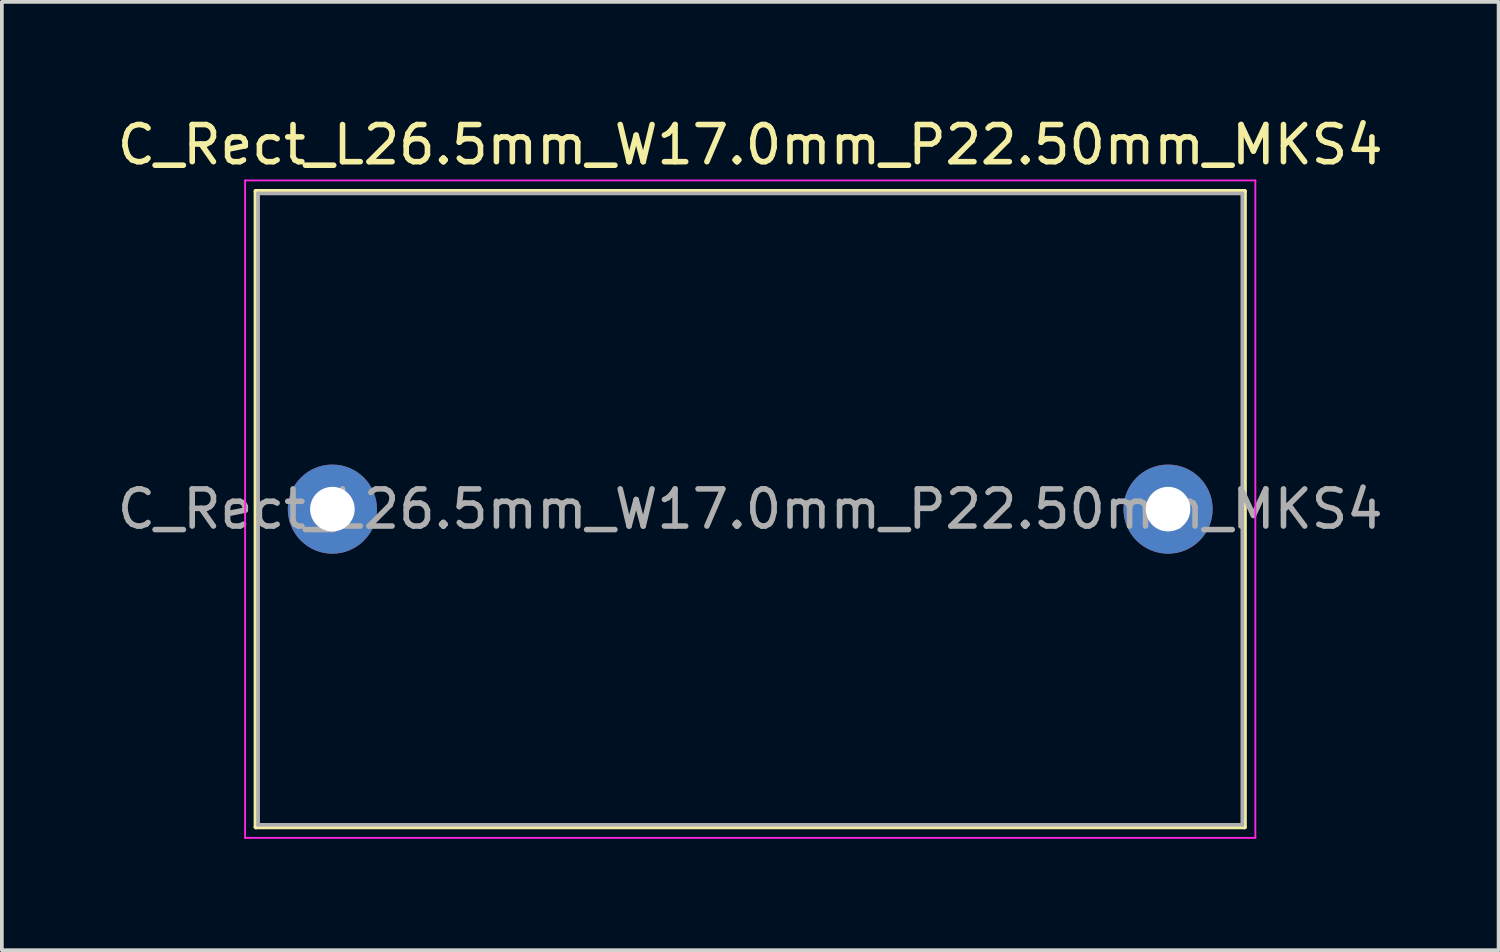
<source format=kicad_pcb>
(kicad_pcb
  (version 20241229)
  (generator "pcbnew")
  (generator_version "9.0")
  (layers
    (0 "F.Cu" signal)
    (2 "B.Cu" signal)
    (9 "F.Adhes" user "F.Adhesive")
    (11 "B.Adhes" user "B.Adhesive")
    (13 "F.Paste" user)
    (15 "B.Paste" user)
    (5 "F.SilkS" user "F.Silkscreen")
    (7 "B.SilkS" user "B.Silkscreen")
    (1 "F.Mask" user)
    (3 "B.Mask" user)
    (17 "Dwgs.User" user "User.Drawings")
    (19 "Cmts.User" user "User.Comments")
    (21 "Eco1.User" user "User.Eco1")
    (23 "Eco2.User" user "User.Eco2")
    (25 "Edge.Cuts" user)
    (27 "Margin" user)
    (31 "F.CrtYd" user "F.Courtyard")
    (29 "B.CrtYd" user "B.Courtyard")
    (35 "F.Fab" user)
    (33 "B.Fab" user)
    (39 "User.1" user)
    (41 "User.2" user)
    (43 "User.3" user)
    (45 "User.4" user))
  (footprint "C_Rect_L26.5mm_W17.0mm_P22.50mm_MKS4"
    (layer "F.Cu")
    (at 5.899 10.658)
    (property "Reference" "C_Rect_L26.5mm_W17.0mm_P22.50mm_MKS4" (at 11.25 -9.81 0) (layer "F.SilkS") (effects (font (size 1 1) (thickness 0.15))))
    (attr through_hole)
    (fp_line (start -2.06 -8.56) (end -2.06 8.56) (stroke (width 0.12) (type solid)) (layer "F.SilkS"))
    (fp_line (start -2.06 -8.56) (end 24.56 -8.56) (stroke (width 0.12) (type solid)) (layer "F.SilkS"))
    (fp_line (start -2.06 8.56) (end 24.56 8.56) (stroke (width 0.12) (type solid)) (layer "F.SilkS"))
    (fp_line (start 24.56 -8.56) (end 24.56 8.56) (stroke (width 0.12) (type solid)) (layer "F.SilkS"))
    (fp_line (start -2.35 -8.85) (end -2.35 8.85) (stroke (width 0.05) (type solid)) (layer "F.CrtYd"))
    (fp_line (start -2.35 8.85) (end 24.85 8.85) (stroke (width 0.05) (type solid)) (layer "F.CrtYd"))
    (fp_line (start 24.85 -8.85) (end -2.35 -8.85) (stroke (width 0.05) (type solid)) (layer "F.CrtYd"))
    (fp_line (start 24.85 8.85) (end 24.85 -8.85) (stroke (width 0.05) (type solid)) (layer "F.CrtYd"))
    (fp_line (start -2 -8.5) (end -2 8.5) (stroke (width 0.1) (type solid)) (layer "F.Fab"))
    (fp_line (start -2 8.5) (end 24.5 8.5) (stroke (width 0.1) (type solid)) (layer "F.Fab"))
    (fp_line (start 24.5 -8.5) (end -2 -8.5) (stroke (width 0.1) (type solid)) (layer "F.Fab"))
    (fp_line (start 24.5 8.5) (end 24.5 -8.5) (stroke (width 0.1) (type solid)) (layer "F.Fab"))
    (fp_text user "${REFERENCE}" (at 11.25 0 0) (layer "F.Fab") (effects (font (size 1 1) (thickness 0.15))))
    (pad "1" thru_hole circle (at 0 0) (size 2.4 2.4) (drill 1.2) (layers "*.Cu" "*.Mask"))
    (pad "2" thru_hole circle (at 22.5 0) (size 2.4 2.4) (drill 1.2) (layers "*.Cu" "*.Mask")))
  (gr_rect
    (start -3 -3)
    (end 37.298 22.533)
    (stroke (width 0.1) (type default))
    (fill no)
    (layer "Edge.Cuts")))
</source>
